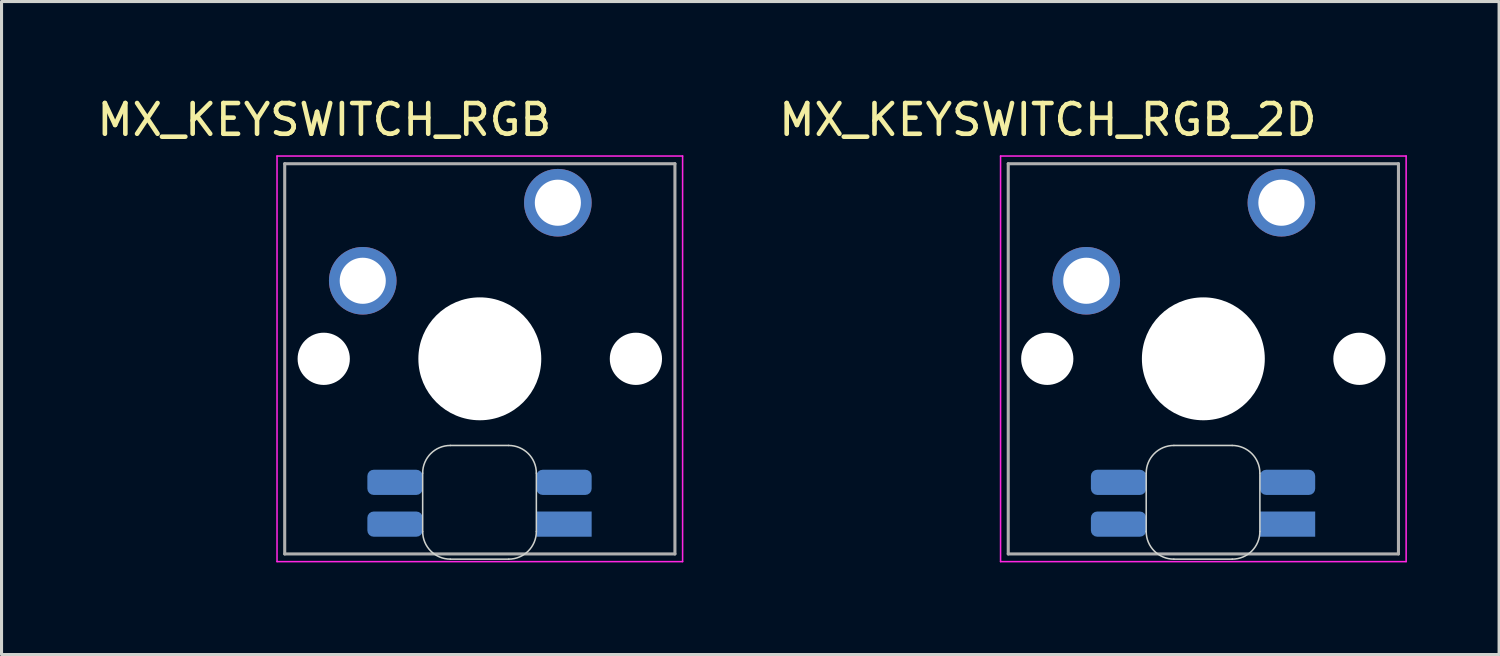
<source format=kicad_pcb>
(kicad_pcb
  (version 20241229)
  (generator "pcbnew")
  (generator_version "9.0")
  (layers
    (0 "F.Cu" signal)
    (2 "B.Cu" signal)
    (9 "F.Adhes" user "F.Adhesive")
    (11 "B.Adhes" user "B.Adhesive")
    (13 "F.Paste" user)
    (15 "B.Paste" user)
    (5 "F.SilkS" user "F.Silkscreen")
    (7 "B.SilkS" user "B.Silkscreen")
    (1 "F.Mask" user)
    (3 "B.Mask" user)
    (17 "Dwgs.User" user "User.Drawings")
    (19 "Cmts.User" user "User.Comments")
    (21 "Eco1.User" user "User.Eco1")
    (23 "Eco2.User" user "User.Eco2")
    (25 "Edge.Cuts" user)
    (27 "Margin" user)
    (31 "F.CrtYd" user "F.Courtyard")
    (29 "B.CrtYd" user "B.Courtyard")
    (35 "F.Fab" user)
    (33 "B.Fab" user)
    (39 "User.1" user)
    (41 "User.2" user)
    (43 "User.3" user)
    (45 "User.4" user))
  (footprint "MX_KEYSWITCH_RGB"
    (layer "F.Cu")
    (at 12.506 8.648)
    (property "Reference" "MX_KEYSWITCH_RGB" (at -5 -7.8 0) (layer "F.SilkS") (effects (font (size 1 1) (thickness 0.15))))
    (attr through_hole)
    (fp_line (start -1.8 3.7) (end -1.8 5.6) (stroke (width 0.05) (type solid)) (layer "Edge.Cuts"))
    (fp_line (start -0.9 6.5) (end 1 6.5) (stroke (width 0.05) (type solid)) (layer "Edge.Cuts"))
    (fp_line (start 1 2.8) (end -0.9 2.8) (stroke (width 0.05) (type solid)) (layer "Edge.Cuts"))
    (fp_line (start 1.9 5.6) (end 1.9 3.7) (stroke (width 0.05) (type solid)) (layer "Edge.Cuts"))
    (fp_arc (start -1.8 3.7) (mid -1.536396 3.063604) (end -0.9 2.8) (stroke (width 0.05) (type solid)) (layer "Edge.Cuts"))
    (fp_arc (start -0.9 6.5) (mid -1.536396 6.236396) (end -1.8 5.6) (stroke (width 0.05) (type solid)) (layer "Edge.Cuts"))
    (fp_arc (start 1 2.8) (mid 1.636396 3.063604) (end 1.9 3.7) (stroke (width 0.05) (type solid)) (layer "Edge.Cuts"))
    (fp_arc (start 1.9 5.6) (mid 1.636396 6.236396) (end 1 6.5) (stroke (width 0.05) (type solid)) (layer "Edge.Cuts"))
    (fp_line (start -6.54 -6.62) (end 6.66 -6.62) (stroke (width 0.05) (type solid)) (layer "F.CrtYd"))
    (fp_line (start -6.54 6.58) (end -6.54 -6.62) (stroke (width 0.05) (type solid)) (layer "F.CrtYd"))
    (fp_line (start 6.66 -6.62) (end 6.66 6.58) (stroke (width 0.05) (type solid)) (layer "F.CrtYd"))
    (fp_line (start 6.66 6.58) (end -6.54 6.58) (stroke (width 0.05) (type solid)) (layer "F.CrtYd"))
    (fp_line (start -6.29 -6.37) (end 6.41 -6.37) (stroke (width 0.1) (type solid)) (layer "F.Fab"))
    (fp_line (start -6.29 6.33) (end -6.29 -6.37) (stroke (width 0.1) (type solid)) (layer "F.Fab"))
    (fp_line (start 6.41 -6.37) (end 6.41 6.33) (stroke (width 0.1) (type solid)) (layer "F.Fab"))
    (fp_line (start 6.41 6.33) (end -6.29 6.33) (stroke (width 0.1) (type solid)) (layer "F.Fab"))
    (pad "" np_thru_hole circle (at -5.02 -0.02) (size 1.7 1.7) (drill 1.7) (layers "*.Cu" "*.Mask"))
    (pad "" np_thru_hole circle (at 0.06 -0.02) (size 4 4) (drill 4) (layers "*.Cu" "*.Mask"))
    (pad "" np_thru_hole circle (at 5.14 -0.02) (size 1.7 1.7) (drill 1.7) (layers "*.Cu" "*.Mask"))
    (pad "1" thru_hole circle (at 2.6 -5.1) (size 2.2 2.2) (drill 1.5) (layers "*.Cu" "*.Mask"))
    (pad "2" thru_hole circle (at -3.75 -2.56) (size 2.2 2.2) (drill 1.5) (layers "*.Cu" "*.Mask"))
    (pad "3" smd roundrect (at 2.8 4) (size 1.8 0.82) (layers "B.Cu" "B.Mask" "B.Paste") (roundrect_rratio 0.25))
    (pad "4" smd roundrect (at -2.7 5.36) (size 1.8 0.82) (layers "B.Cu" "B.Mask" "B.Paste") (roundrect_rratio 0.25))
    (pad "5" smd roundrect (at -2.7 4) (size 1.8 0.82) (layers "B.Cu" "B.Mask" "B.Paste") (roundrect_rratio 0.25))
    (pad "6" smd rect (at 2.8 5.36) (size 1.8 0.82) (layers "B.Cu" "B.Mask" "B.Paste")))
  (footprint "MX_KEYSWITCH_RGB_2D"
    (layer "F.Cu")
    (at 36.054 8.648)
    (property "Reference" "MX_KEYSWITCH_RGB_2D" (at -5 -7.8 0) (layer "F.SilkS") (effects (font (size 1 1) (thickness 0.15))))
    (attr through_hole)
    (fp_line (start -1.8 3.7) (end -1.8 5.6) (stroke (width 0.05) (type solid)) (layer "Edge.Cuts"))
    (fp_line (start -0.9 6.5) (end 1 6.5) (stroke (width 0.05) (type solid)) (layer "Edge.Cuts"))
    (fp_line (start 1 2.8) (end -0.9 2.8) (stroke (width 0.05) (type solid)) (layer "Edge.Cuts"))
    (fp_line (start 1.9 5.6) (end 1.9 3.7) (stroke (width 0.05) (type solid)) (layer "Edge.Cuts"))
    (fp_arc (start -1.8 3.7) (mid -1.536396 3.063604) (end -0.9 2.8) (stroke (width 0.05) (type solid)) (layer "Edge.Cuts"))
    (fp_arc (start -0.9 6.5) (mid -1.536396 6.236396) (end -1.8 5.6) (stroke (width 0.05) (type solid)) (layer "Edge.Cuts"))
    (fp_arc (start 1 2.8) (mid 1.636396 3.063604) (end 1.9 3.7) (stroke (width 0.05) (type solid)) (layer "Edge.Cuts"))
    (fp_arc (start 1.9 5.6) (mid 1.636396 6.236396) (end 1 6.5) (stroke (width 0.05) (type solid)) (layer "Edge.Cuts"))
    (fp_line (start -6.54 -6.62) (end 6.66 -6.62) (stroke (width 0.05) (type solid)) (layer "F.CrtYd"))
    (fp_line (start -6.54 6.58) (end -6.54 -6.62) (stroke (width 0.05) (type solid)) (layer "F.CrtYd"))
    (fp_line (start 6.66 -6.62) (end 6.66 6.58) (stroke (width 0.05) (type solid)) (layer "F.CrtYd"))
    (fp_line (start 6.66 6.58) (end -6.54 6.58) (stroke (width 0.05) (type solid)) (layer "F.CrtYd"))
    (fp_line (start -6.29 -6.37) (end 6.41 -6.37) (stroke (width 0.1) (type solid)) (layer "F.Fab"))
    (fp_line (start -6.29 6.33) (end -6.29 -6.37) (stroke (width 0.1) (type solid)) (layer "F.Fab"))
    (fp_line (start 6.41 -6.37) (end 6.41 6.33) (stroke (width 0.1) (type solid)) (layer "F.Fab"))
    (fp_line (start 6.41 6.33) (end -6.29 6.33) (stroke (width 0.1) (type solid)) (layer "F.Fab"))
    (pad "" np_thru_hole circle (at -5.02 -0.02) (size 1.7 1.7) (drill 1.7) (layers "*.Cu" "*.Mask"))
    (pad "" np_thru_hole circle (at 0.06 -0.02) (size 4 4) (drill 4) (layers "*.Cu" "*.Mask"))
    (pad "" np_thru_hole circle (at 5.14 -0.02) (size 1.7 1.7) (drill 1.7) (layers "*.Cu" "*.Mask"))
    (pad "1" thru_hole circle (at 2.6 -5.1) (size 2.2 2.2) (drill 1.5) (layers "*.Cu" "*.Mask"))
    (pad "2" thru_hole circle (at -3.75 -2.56) (size 2.2 2.2) (drill 1.5) (layers "*.Cu" "*.Mask"))
    (pad "3" smd roundrect (at 2.8 4) (size 1.8 0.82) (layers "B.Cu" "B.Mask" "B.Paste") (roundrect_rratio 0.25))
    (pad "4" smd roundrect (at -2.7 5.36) (size 1.8 0.82) (layers "B.Cu" "B.Mask" "B.Paste") (roundrect_rratio 0.25))
    (pad "5" smd roundrect (at -2.7 4) (size 1.8 0.82) (layers "B.Cu" "B.Mask" "B.Paste") (roundrect_rratio 0.25))
    (pad "6" smd rect (at 2.8 5.36) (size 1.8 0.82) (layers "B.Cu" "B.Mask" "B.Paste")))
  (gr_rect
    (start -3 -3)
    (end 45.739 18.253)
    (stroke (width 0.1) (type default))
    (fill no)
    (layer "Edge.Cuts")))
</source>
